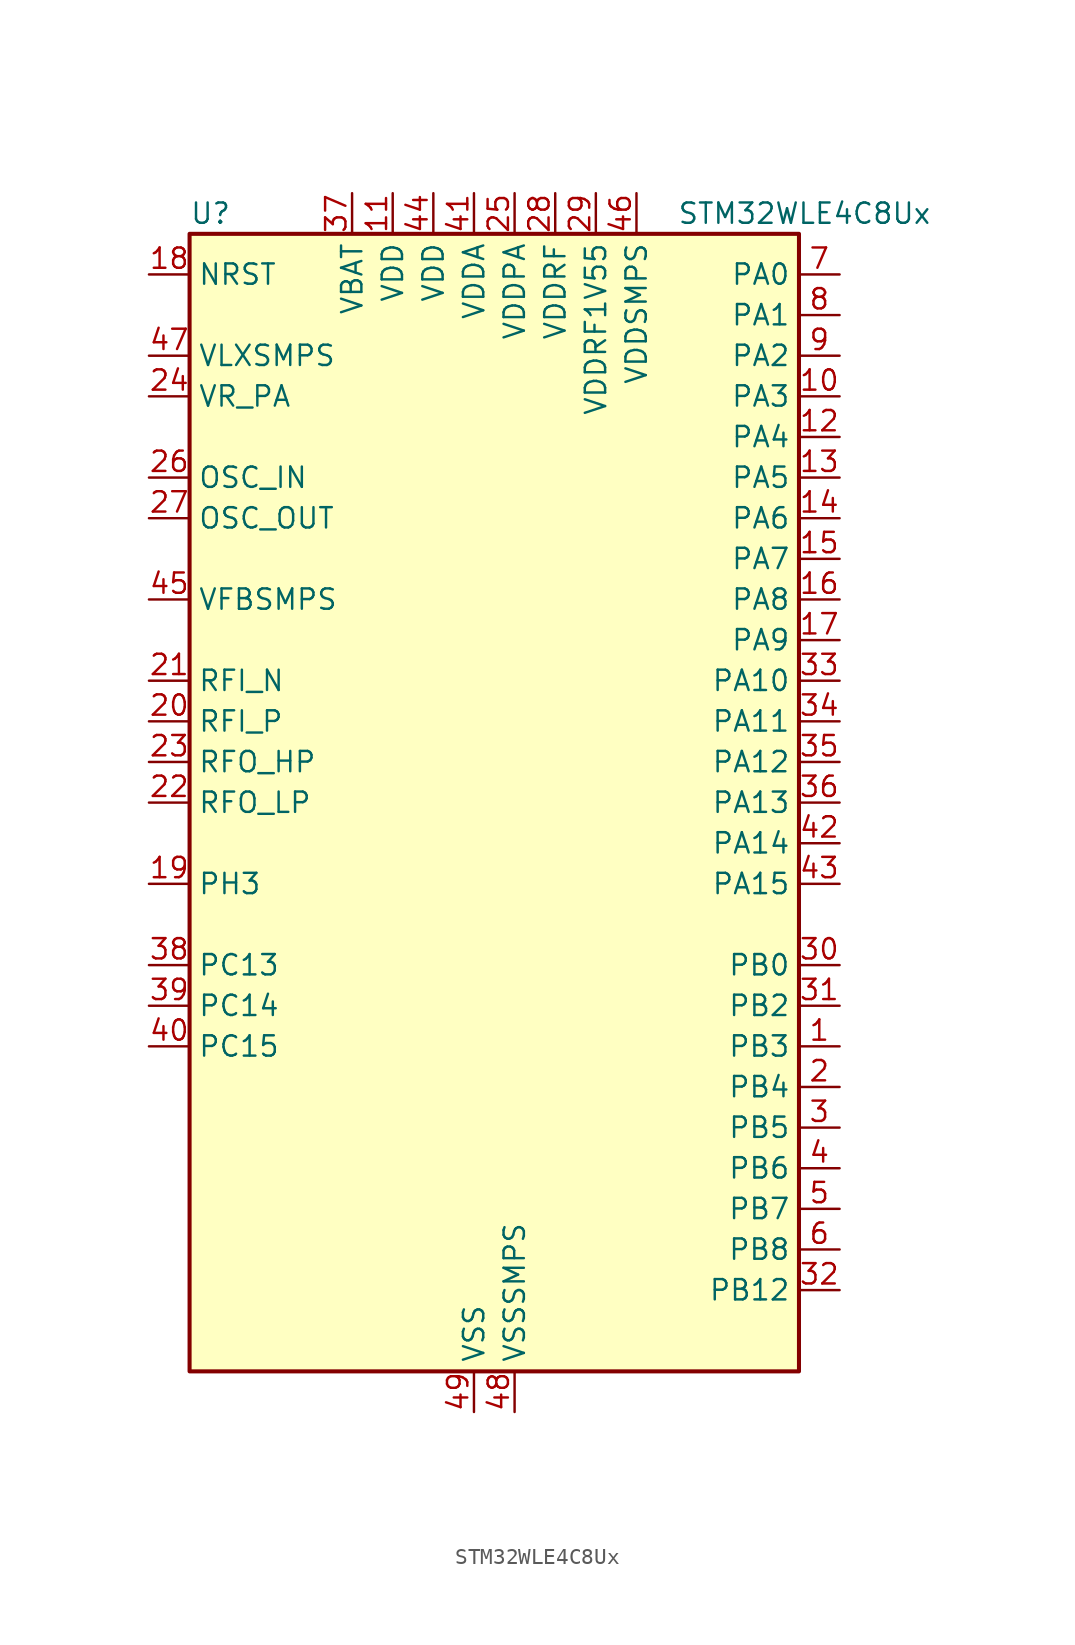
<source format=kicad_sym>
(kicad_symbol_lib
  (version 20220914)
  (generator kicad_symbol_editor)
  (symbol "STM32WLE4C8Ux"
    (property "Reference" "U"
      (at -17.78 36.83 0)
      (effects (font (size 1.27 1.27)) (justify left)))
    (property "Value" "STM32WLE4C8Ux"
      (at 12.7 36.83 0)
      (effects (font (size 1.27 1.27)) (justify left)))
    (property "ki_locked" ""
      (at 0 0 0)
      (effects (font (size 1.27 1.27))))
    (symbol "STM32WLE4C8Ux_0_1"
      (rectangle (start -17.78 -35.56) (end 20.32 35.56) (stroke (width 0.254) (type default)) (fill (type background))))
    (symbol "STM32WLE4C8Ux_1_1"
      (pin bidirectional line (at 22.86 -15.24 180) (length 2.54) (name "PB3" (effects (font (size 1.27 1.27)))) (number "1" (effects (font (size 1.27 1.27)))) (alternate "ADC_IN2" bidirectional line) (alternate "COMP1_INM" bidirectional line) (alternate "COMP2_INM" bidirectional line) (alternate "DEBUG_JTDO-SWO" bidirectional line) (alternate "DEBUG_RF-DTB1" bidirectional line) (alternate "PWR_WKUP3" bidirectional line) (alternate "RTC_TAMP_IN3" bidirectional line) (alternate "SPI1_SCK" bidirectional line) (alternate "TIM2_CH2" bidirectional line) (alternate "USART1_DE" bidirectional line) (alternate "USART1_RTS" bidirectional line))
      (pin bidirectional line (at 22.86 25.4 180) (length 2.54) (name "PA3" (effects (font (size 1.27 1.27)))) (number "10" (effects (font (size 1.27 1.27)))) (alternate "I2S2_MCK" bidirectional line) (alternate "LPUART1_RX" bidirectional line) (alternate "TIM2_CH4" bidirectional line) (alternate "USART2_RX" bidirectional line))
      (pin power_in line (at -5.08 38.1 270) (length 2.54) (name "VDD" (effects (font (size 1.27 1.27)))) (number "11" (effects (font (size 1.27 1.27)))))
      (pin bidirectional line (at 22.86 22.86 180) (length 2.54) (name "PA4" (effects (font (size 1.27 1.27)))) (number "12" (effects (font (size 1.27 1.27)))) (alternate "DEBUG_SUBGHZSPI-NSSOUT" bidirectional line) (alternate "LPTIM1_OUT" bidirectional line) (alternate "LPTIM2_OUT" bidirectional line) (alternate "RTC_OUT2" bidirectional line) (alternate "SPI1_NSS" bidirectional line) (alternate "USART2_CK" bidirectional line))
      (pin bidirectional line (at 22.86 20.32 180) (length 2.54) (name "PA5" (effects (font (size 1.27 1.27)))) (number "13" (effects (font (size 1.27 1.27)))) (alternate "DEBUG_SUBGHZSPI-SCKOUT" bidirectional line) (alternate "LPTIM2_ETR" bidirectional line) (alternate "SPI1_SCK" bidirectional line) (alternate "SPI2_MISO" bidirectional line) (alternate "TIM2_CH1" bidirectional line) (alternate "TIM2_ETR" bidirectional line))
      (pin bidirectional line (at 22.86 17.78 180) (length 2.54) (name "PA6" (effects (font (size 1.27 1.27)))) (number "14" (effects (font (size 1.27 1.27)))) (alternate "DEBUG_SUBGHZSPI-MISOOUT" bidirectional line) (alternate "I2C2_SMBA" bidirectional line) (alternate "LPUART1_CTS" bidirectional line) (alternate "SPI1_MISO" bidirectional line) (alternate "TIM16_CH1" bidirectional line) (alternate "TIM1_BKIN" bidirectional line))
      (pin bidirectional line (at 22.86 15.24 180) (length 2.54) (name "PA7" (effects (font (size 1.27 1.27)))) (number "15" (effects (font (size 1.27 1.27)))) (alternate "COMP2_OUT" bidirectional line) (alternate "DEBUG_SUBGHZSPI-MOSIOUT" bidirectional line) (alternate "I2C3_SCL" bidirectional line) (alternate "SPI1_MOSI" bidirectional line) (alternate "TIM17_CH1" bidirectional line) (alternate "TIM1_CH1N" bidirectional line))
      (pin bidirectional line (at 22.86 12.7 180) (length 2.54) (name "PA8" (effects (font (size 1.27 1.27)))) (number "16" (effects (font (size 1.27 1.27)))) (alternate "I2S2_CK" bidirectional line) (alternate "LPTIM2_OUT" bidirectional line) (alternate "RCC_MCO" bidirectional line) (alternate "SPI2_SCK" bidirectional line) (alternate "TIM1_CH1" bidirectional line) (alternate "USART1_CK" bidirectional line))
      (pin bidirectional line (at 22.86 10.16 180) (length 2.54) (name "PA9" (effects (font (size 1.27 1.27)))) (number "17" (effects (font (size 1.27 1.27)))) (alternate "DAC_EXTI9" bidirectional line) (alternate "I2C1_SCL" bidirectional line) (alternate "I2S2_CK" bidirectional line) (alternate "I2S2_WS" bidirectional line) (alternate "SPI2_NSS" bidirectional line) (alternate "SPI2_SCK" bidirectional line) (alternate "TIM1_CH2" bidirectional line) (alternate "USART1_TX" bidirectional line))
      (pin input line (at -20.32 33.02 0) (length 2.54) (name "NRST" (effects (font (size 1.27 1.27)))) (number "18" (effects (font (size 1.27 1.27)))))
      (pin bidirectional line (at -20.32 -5.08 0) (length 2.54) (name "PH3" (effects (font (size 1.27 1.27)))) (number "19" (effects (font (size 1.27 1.27)))))
      (pin bidirectional line (at 22.86 -17.78 180) (length 2.54) (name "PB4" (effects (font (size 1.27 1.27)))) (number "2" (effects (font (size 1.27 1.27)))) (alternate "ADC_IN3" bidirectional line) (alternate "COMP1_INP" bidirectional line) (alternate "COMP2_INP" bidirectional line) (alternate "DEBUG_JTRST" bidirectional line) (alternate "DEBUG_RF-LDORDY" bidirectional line) (alternate "I2C3_SDA" bidirectional line) (alternate "SPI1_MISO" bidirectional line) (alternate "TIM17_BKIN" bidirectional line) (alternate "USART1_CTS" bidirectional line) (alternate "USART1_NSS" bidirectional line))
      (pin bidirectional line (at -20.32 5.08 0) (length 2.54) (name "RFI_P" (effects (font (size 1.27 1.27)))) (number "20" (effects (font (size 1.27 1.27)))))
      (pin bidirectional line (at -20.32 7.62 0) (length 2.54) (name "RFI_N" (effects (font (size 1.27 1.27)))) (number "21" (effects (font (size 1.27 1.27)))))
      (pin bidirectional line (at -20.32 0 0) (length 2.54) (name "RFO_LP" (effects (font (size 1.27 1.27)))) (number "22" (effects (font (size 1.27 1.27)))))
      (pin bidirectional line (at -20.32 2.54 0) (length 2.54) (name "RFO_HP" (effects (font (size 1.27 1.27)))) (number "23" (effects (font (size 1.27 1.27)))))
      (pin power_in line (at -20.32 25.4 0) (length 2.54) (name "VR_PA" (effects (font (size 1.27 1.27)))) (number "24" (effects (font (size 1.27 1.27)))))
      (pin power_in line (at 2.54 38.1 270) (length 2.54) (name "VDDPA" (effects (font (size 1.27 1.27)))) (number "25" (effects (font (size 1.27 1.27)))))
      (pin input line (at -20.32 20.32 0) (length 2.54) (name "OSC_IN" (effects (font (size 1.27 1.27)))) (number "26" (effects (font (size 1.27 1.27)))) (alternate "RCC_OSC_IN" bidirectional line))
      (pin input line (at -20.32 17.78 0) (length 2.54) (name "OSC_OUT" (effects (font (size 1.27 1.27)))) (number "27" (effects (font (size 1.27 1.27)))) (alternate "RCC_OSC_OUT" bidirectional line))
      (pin power_in line (at 5.08 38.1 270) (length 2.54) (name "VDDRF" (effects (font (size 1.27 1.27)))) (number "28" (effects (font (size 1.27 1.27)))))
      (pin power_in line (at 7.62 38.1 270) (length 2.54) (name "VDDRF1V55" (effects (font (size 1.27 1.27)))) (number "29" (effects (font (size 1.27 1.27)))))
      (pin bidirectional line (at 22.86 -20.32 180) (length 2.54) (name "PB5" (effects (font (size 1.27 1.27)))) (number "3" (effects (font (size 1.27 1.27)))) (alternate "COMP2_OUT" bidirectional line) (alternate "I2C1_SMBA" bidirectional line) (alternate "LPTIM1_IN1" bidirectional line) (alternate "SPI1_MOSI" bidirectional line) (alternate "TIM16_BKIN" bidirectional line) (alternate "USART1_CK" bidirectional line))
      (pin bidirectional line (at 22.86 -10.16 180) (length 2.54) (name "PB0" (effects (font (size 1.27 1.27)))) (number "30" (effects (font (size 1.27 1.27)))) (alternate "COMP1_OUT" bidirectional line) (alternate "VDDTCXO" bidirectional line))
      (pin bidirectional line (at 22.86 -12.7 180) (length 2.54) (name "PB2" (effects (font (size 1.27 1.27)))) (number "31" (effects (font (size 1.27 1.27)))) (alternate "ADC_IN4" bidirectional line) (alternate "COMP1_INP" bidirectional line) (alternate "COMP2_INM" bidirectional line) (alternate "DEBUG_RF-SMPSRDY" bidirectional line) (alternate "I2C3_SMBA" bidirectional line) (alternate "LPTIM1_OUT" bidirectional line) (alternate "SPI1_NSS" bidirectional line))
      (pin bidirectional line (at 22.86 -30.48 180) (length 2.54) (name "PB12" (effects (font (size 1.27 1.27)))) (number "32" (effects (font (size 1.27 1.27)))) (alternate "I2C3_SMBA" bidirectional line) (alternate "I2S2_WS" bidirectional line) (alternate "LPUART1_RTS" bidirectional line) (alternate "SPI2_NSS" bidirectional line) (alternate "TIM1_BKIN" bidirectional line))
      (pin bidirectional line (at 22.86 7.62 180) (length 2.54) (name "PA10" (effects (font (size 1.27 1.27)))) (number "33" (effects (font (size 1.27 1.27)))) (alternate "ADC_IN6" bidirectional line) (alternate "COMP1_INM" bidirectional line) (alternate "COMP2_INM" bidirectional line) (alternate "DAC_OUT1" bidirectional line) (alternate "DEBUG_RF-HSE32RDY" bidirectional line) (alternate "I2C1_SDA" bidirectional line) (alternate "I2S2_SD" bidirectional line) (alternate "RTC_REFIN" bidirectional line) (alternate "SPI2_MOSI" bidirectional line) (alternate "TIM17_BKIN" bidirectional line) (alternate "TIM1_CH3" bidirectional line) (alternate "USART1_RX" bidirectional line))
      (pin bidirectional line (at 22.86 5.08 180) (length 2.54) (name "PA11" (effects (font (size 1.27 1.27)))) (number "34" (effects (font (size 1.27 1.27)))) (alternate "ADC_EXTI11" bidirectional line) (alternate "ADC_IN7" bidirectional line) (alternate "COMP1_INM" bidirectional line) (alternate "COMP2_INM" bidirectional line) (alternate "DEBUG_RF-NRESET" bidirectional line) (alternate "I2C2_SDA" bidirectional line) (alternate "LPTIM3_ETR" bidirectional line) (alternate "SPI1_MISO" bidirectional line) (alternate "TIM1_BKIN2" bidirectional line) (alternate "TIM1_CH4" bidirectional line) (alternate "USART1_CTS" bidirectional line) (alternate "USART1_NSS" bidirectional line))
      (pin bidirectional line (at 22.86 2.54 180) (length 2.54) (name "PA12" (effects (font (size 1.27 1.27)))) (number "35" (effects (font (size 1.27 1.27)))) (alternate "ADC_IN8" bidirectional line) (alternate "DEBUG_RF-BUSY" bidirectional line) (alternate "I2C2_SCL" bidirectional line) (alternate "LPTIM3_IN1" bidirectional line) (alternate "SPI1_MOSI" bidirectional line) (alternate "TIM1_ETR" bidirectional line) (alternate "USART1_DE" bidirectional line) (alternate "USART1_RTS" bidirectional line))
      (pin bidirectional line (at 22.86 0 180) (length 2.54) (name "PA13" (effects (font (size 1.27 1.27)))) (number "36" (effects (font (size 1.27 1.27)))) (alternate "ADC_IN9" bidirectional line) (alternate "DEBUG_JTMS-SWDIO" bidirectional line) (alternate "I2C2_SMBA" bidirectional line) (alternate "IR_OUT" bidirectional line))
      (pin power_in line (at -7.62 38.1 270) (length 2.54) (name "VBAT" (effects (font (size 1.27 1.27)))) (number "37" (effects (font (size 1.27 1.27)))))
      (pin bidirectional line (at -20.32 -10.16 0) (length 2.54) (name "PC13" (effects (font (size 1.27 1.27)))) (number "38" (effects (font (size 1.27 1.27)))) (alternate "PWR_WKUP2" bidirectional line) (alternate "RTC_OUT1" bidirectional line) (alternate "RTC_TAMP_IN1" bidirectional line) (alternate "RTC_TS" bidirectional line))
      (pin bidirectional line (at -20.32 -12.7 0) (length 2.54) (name "PC14" (effects (font (size 1.27 1.27)))) (number "39" (effects (font (size 1.27 1.27)))) (alternate "RCC_OSC32_IN" bidirectional line))
      (pin bidirectional line (at 22.86 -22.86 180) (length 2.54) (name "PB6" (effects (font (size 1.27 1.27)))) (number "4" (effects (font (size 1.27 1.27)))) (alternate "I2C1_SCL" bidirectional line) (alternate "LPTIM1_ETR" bidirectional line) (alternate "TIM16_CH1N" bidirectional line) (alternate "USART1_TX" bidirectional line))
      (pin bidirectional line (at -20.32 -15.24 0) (length 2.54) (name "PC15" (effects (font (size 1.27 1.27)))) (number "40" (effects (font (size 1.27 1.27)))) (alternate "RCC_OSC32_OUT" bidirectional line))
      (pin power_in line (at 0 38.1 270) (length 2.54) (name "VDDA" (effects (font (size 1.27 1.27)))) (number "41" (effects (font (size 1.27 1.27)))))
      (pin bidirectional line (at 22.86 -2.54 180) (length 2.54) (name "PA14" (effects (font (size 1.27 1.27)))) (number "42" (effects (font (size 1.27 1.27)))) (alternate "ADC_IN10" bidirectional line) (alternate "DEBUG_JTCK-SWCLK" bidirectional line) (alternate "I2C1_SMBA" bidirectional line) (alternate "LPTIM1_OUT" bidirectional line))
      (pin bidirectional line (at 22.86 -5.08 180) (length 2.54) (name "PA15" (effects (font (size 1.27 1.27)))) (number "43" (effects (font (size 1.27 1.27)))) (alternate "ADC_IN11" bidirectional line) (alternate "COMP1_INM" bidirectional line) (alternate "COMP2_INP" bidirectional line) (alternate "DEBUG_JTDI" bidirectional line) (alternate "I2C2_SDA" bidirectional line) (alternate "SPI1_NSS" bidirectional line) (alternate "TIM2_CH1" bidirectional line) (alternate "TIM2_ETR" bidirectional line))
      (pin power_in line (at -2.54 38.1 270) (length 2.54) (name "VDD" (effects (font (size 1.27 1.27)))) (number "44" (effects (font (size 1.27 1.27)))))
      (pin input line (at -20.32 12.7 0) (length 2.54) (name "VFBSMPS" (effects (font (size 1.27 1.27)))) (number "45" (effects (font (size 1.27 1.27)))))
      (pin power_in line (at 10.16 38.1 270) (length 2.54) (name "VDDSMPS" (effects (font (size 1.27 1.27)))) (number "46" (effects (font (size 1.27 1.27)))))
      (pin power_in line (at -20.32 27.94 0) (length 2.54) (name "VLXSMPS" (effects (font (size 1.27 1.27)))) (number "47" (effects (font (size 1.27 1.27)))))
      (pin power_in line (at 2.54 -38.1 90) (length 2.54) (name "VSSSMPS" (effects (font (size 1.27 1.27)))) (number "48" (effects (font (size 1.27 1.27)))))
      (pin power_in line (at 0 -38.1 90) (length 2.54) (name "VSS" (effects (font (size 1.27 1.27)))) (number "49" (effects (font (size 1.27 1.27)))))
      (pin bidirectional line (at 22.86 -25.4 180) (length 2.54) (name "PB7" (effects (font (size 1.27 1.27)))) (number "5" (effects (font (size 1.27 1.27)))) (alternate "I2C1_SDA" bidirectional line) (alternate "LPTIM1_IN2" bidirectional line) (alternate "PWR_PVD_IN" bidirectional line) (alternate "TIM17_CH1N" bidirectional line) (alternate "TIM1_BKIN" bidirectional line) (alternate "USART1_RX" bidirectional line))
      (pin bidirectional line (at 22.86 -27.94 180) (length 2.54) (name "PB8" (effects (font (size 1.27 1.27)))) (number "6" (effects (font (size 1.27 1.27)))) (alternate "I2C1_SCL" bidirectional line) (alternate "TIM16_CH1" bidirectional line) (alternate "TIM1_CH2N" bidirectional line))
      (pin bidirectional line (at 22.86 33.02 180) (length 2.54) (name "PA0" (effects (font (size 1.27 1.27)))) (number "7" (effects (font (size 1.27 1.27)))) (alternate "COMP1_OUT" bidirectional line) (alternate "DEBUG_PWR-REGLP1S" bidirectional line) (alternate "I2C3_SMBA" bidirectional line) (alternate "I2S_CKIN" bidirectional line) (alternate "PWR_WKUP1" bidirectional line) (alternate "RTC_TAMP_IN2" bidirectional line) (alternate "TIM2_CH1" bidirectional line) (alternate "TIM2_ETR" bidirectional line) (alternate "USART2_CTS" bidirectional line) (alternate "USART2_NSS" bidirectional line))
      (pin bidirectional line (at 22.86 30.48 180) (length 2.54) (name "PA1" (effects (font (size 1.27 1.27)))) (number "8" (effects (font (size 1.27 1.27)))) (alternate "DEBUG_PWR-REGLP2S" bidirectional line) (alternate "I2C1_SMBA" bidirectional line) (alternate "LPTIM3_OUT" bidirectional line) (alternate "LPUART1_RTS" bidirectional line) (alternate "SPI1_SCK" bidirectional line) (alternate "TIM2_CH2" bidirectional line) (alternate "USART2_DE" bidirectional line) (alternate "USART2_RTS" bidirectional line))
      (pin bidirectional line (at 22.86 27.94 180) (length 2.54) (name "PA2" (effects (font (size 1.27 1.27)))) (number "9" (effects (font (size 1.27 1.27)))) (alternate "COMP2_OUT" bidirectional line) (alternate "DEBUG_PWR-LDORDY" bidirectional line) (alternate "LPUART1_TX" bidirectional line) (alternate "RCC_LSCO" bidirectional line) (alternate "TIM2_CH3" bidirectional line) (alternate "USART2_TX" bidirectional line)))))
</source>
